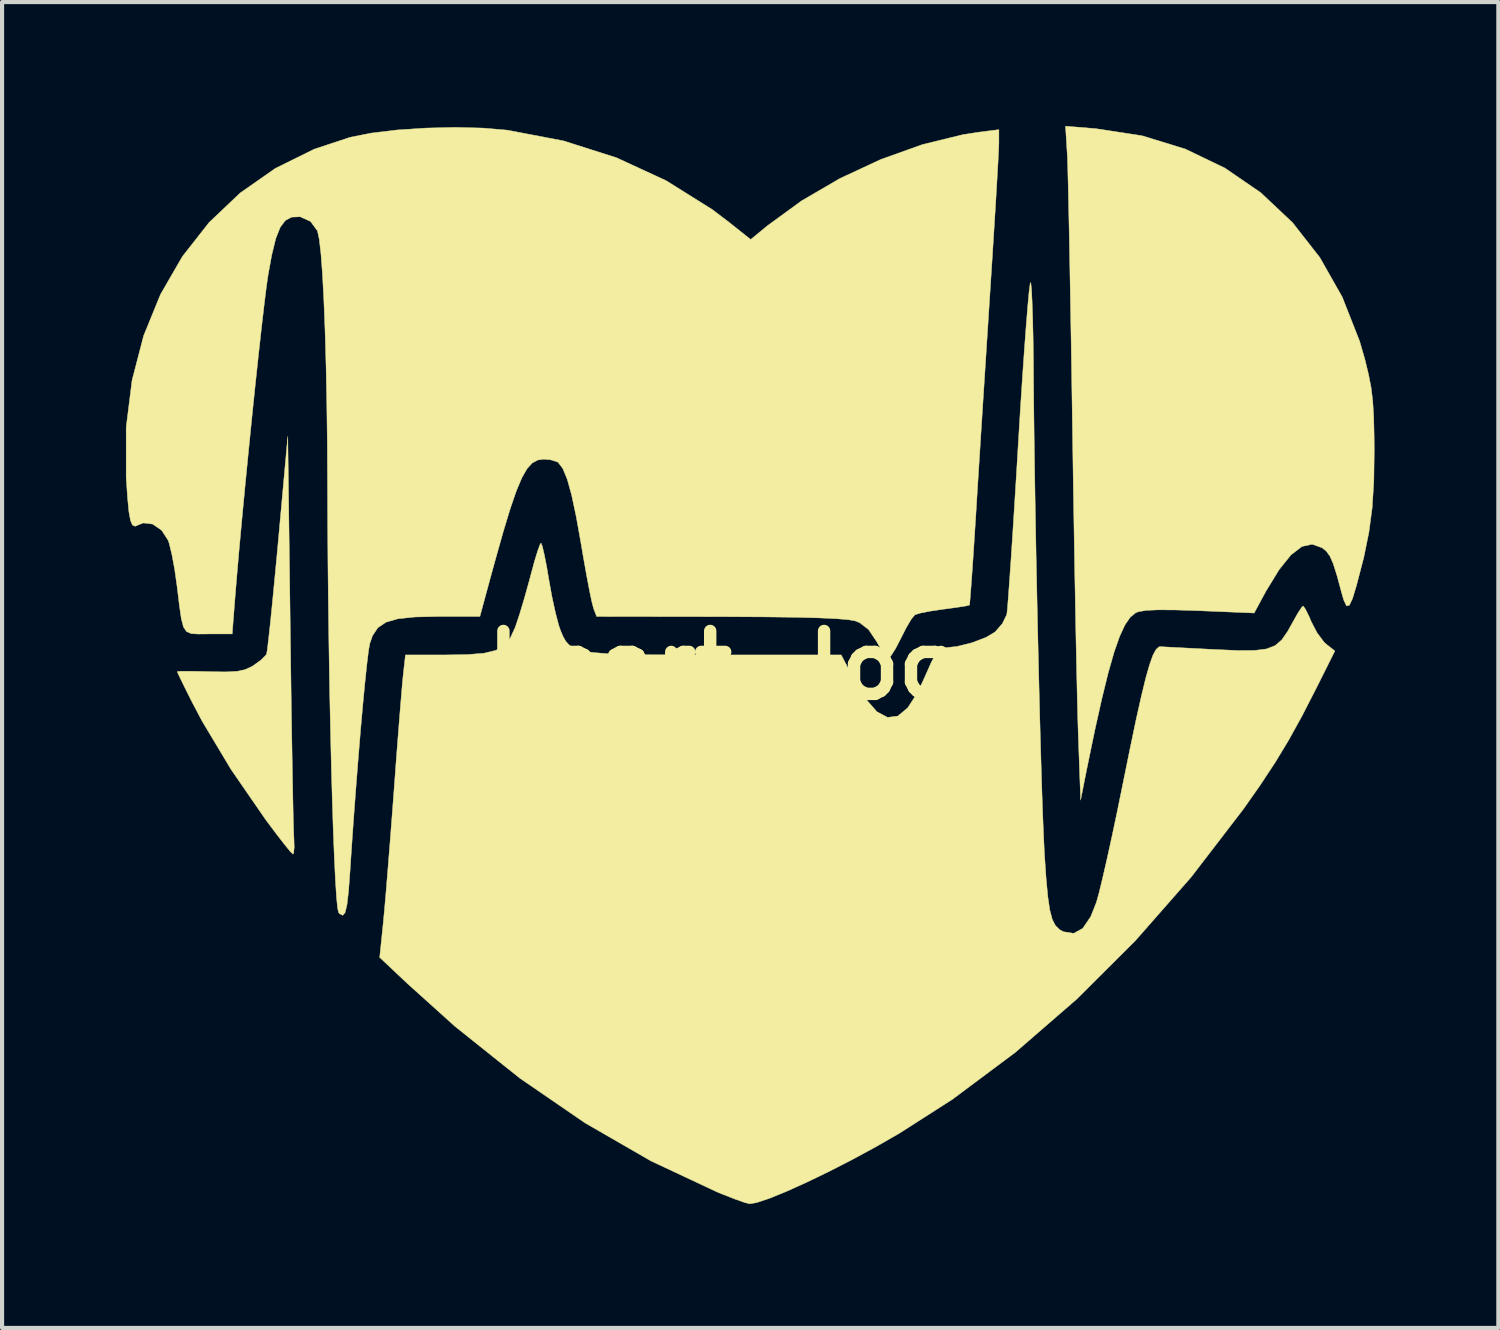
<source format=kicad_pcb>
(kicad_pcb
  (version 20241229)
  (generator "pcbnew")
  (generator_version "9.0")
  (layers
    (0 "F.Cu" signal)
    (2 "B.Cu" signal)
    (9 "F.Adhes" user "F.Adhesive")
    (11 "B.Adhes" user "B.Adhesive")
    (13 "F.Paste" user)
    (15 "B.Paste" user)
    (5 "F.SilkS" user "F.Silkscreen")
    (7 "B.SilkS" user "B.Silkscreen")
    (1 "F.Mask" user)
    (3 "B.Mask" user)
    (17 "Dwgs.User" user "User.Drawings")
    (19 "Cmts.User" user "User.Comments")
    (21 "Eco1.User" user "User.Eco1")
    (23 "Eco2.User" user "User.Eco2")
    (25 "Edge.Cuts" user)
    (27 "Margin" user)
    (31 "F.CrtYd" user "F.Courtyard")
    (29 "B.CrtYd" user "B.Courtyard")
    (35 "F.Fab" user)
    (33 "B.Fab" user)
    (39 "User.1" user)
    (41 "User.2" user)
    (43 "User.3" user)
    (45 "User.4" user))
  (footprint "heart-logo"
    (layer "F.Cu")
    (at 15.127 13.063)
    (property "Reference" "heart-logo" (at 0 0 0) (layer "F.SilkS") (effects (font (size 1.524 1.524) (thickness 0.3))))
    (attr through_hole)
    (fp_poly (pts (xy -11.148 -0.889) (xy -11.137 -0.003) (xy -11.125 0.842) (xy -11.113 1.63) (xy -11.101 2.342) (xy -11.09 2.963) (xy -11.08 3.476) (xy -11.071 3.862) (xy -11.064 4.105) (xy -11.06 4.17) (xy -11.053 4.403) (xy -11.067 4.547) (xy -11.083 4.569) (xy -11.15 4.504) (xy -11.294 4.327) (xy -11.495 4.067) (xy -11.732 3.75) (xy -11.737 3.744) (xy -12.582 2.519) (xy -13.28 1.354) (xy -13.54 0.861) (xy -13.692 0.556) (xy -13.81 0.315) (xy -13.877 0.173) (xy -13.886 0.15) (xy -13.807 0.142) (xy -13.597 0.141) (xy -13.292 0.146) (xy -13.102 0.151) (xy -12.709 0.157) (xy -12.439 0.143) (xy -12.245 0.102) (xy -12.083 0.028) (xy -12.041 0.002) (xy -11.849 -0.137) (xy -11.731 -0.26) (xy -11.721 -0.279) (xy -11.703 -0.388) (xy -11.673 -0.644) (xy -11.631 -1.026) (xy -11.582 -1.511) (xy -11.527 -2.079) (xy -11.467 -2.707) (xy -11.443 -2.967) (xy -11.208 -5.546) (xy -11.148 -0.889)) (stroke (width 0.01) (type solid)) (fill yes) (layer "F.SilkS"))
    (fp_poly (pts (xy 8.363 -12.997) (xy 9.482 -12.825) (xy 10.526 -12.504) (xy 11.486 -12.042) (xy 12.354 -11.446) (xy 13.122 -10.722) (xy 13.782 -9.878) (xy 14.325 -8.921) (xy 14.744 -7.857) (xy 14.874 -7.408) (xy 14.961 -7.05) (xy 15.023 -6.731) (xy 15.063 -6.407) (xy 15.086 -6.031) (xy 15.097 -5.559) (xy 15.1 -5.207) (xy 15.09 -4.462) (xy 15.05 -3.822) (xy 14.971 -3.226) (xy 14.846 -2.613) (xy 14.673 -1.947) (xy 14.574 -1.62) (xy 14.496 -1.454) (xy 14.428 -1.443) (xy 14.362 -1.581) (xy 14.312 -1.752) (xy 14.199 -2.172) (xy 14.108 -2.46) (xy 14.026 -2.647) (xy 13.937 -2.768) (xy 13.836 -2.849) (xy 13.596 -2.935) (xy 13.347 -2.879) (xy 13.082 -2.675) (xy 12.796 -2.318) (xy 12.48 -1.802) (xy 12.425 -1.7) (xy 12.192 -1.269) (xy 10.855 -1.325) (xy 10.288 -1.343) (xy 9.869 -1.346) (xy 9.577 -1.333) (xy 9.391 -1.301) (xy 9.323 -1.275) (xy 9.192 -1.168) (xy 9.064 -0.982) (xy 8.935 -0.704) (xy 8.801 -0.323) (xy 8.659 0.175) (xy 8.505 0.801) (xy 8.334 1.567) (xy 8.144 2.486) (xy 8.099 2.709) (xy 7.99 3.26) (xy 7.932 1.651) (xy 7.921 1.287) (xy 7.908 0.772) (xy 7.894 0.126) (xy 7.878 -0.632) (xy 7.862 -1.483) (xy 7.845 -2.409) (xy 7.829 -3.389) (xy 7.812 -4.406) (xy 7.797 -5.44) (xy 7.791 -5.842) (xy 7.776 -6.845) (xy 7.761 -7.813) (xy 7.745 -8.732) (xy 7.73 -9.583) (xy 7.716 -10.354) (xy 7.702 -11.026) (xy 7.69 -11.585) (xy 7.679 -12.016) (xy 7.67 -12.301) (xy 7.665 -12.392) (xy 7.624 -13.058) (xy 8.363 -12.997)) (stroke (width 0.01) (type solid)) (fill yes) (layer "F.SilkS"))
    (fp_poly (pts (xy 6.783 -9.271) (xy 6.8 -9.113) (xy 6.815 -8.814) (xy 6.829 -8.404) (xy 6.84 -7.911) (xy 6.847 -7.363) (xy 6.848 -7.154) (xy 6.854 -6.416) (xy 6.864 -5.582) (xy 6.877 -4.674) (xy 6.893 -3.71) (xy 6.911 -2.711) (xy 6.932 -1.698) (xy 6.954 -0.691) (xy 6.977 0.291) (xy 7 1.226) (xy 7.024 2.096) (xy 7.047 2.879) (xy 7.07 3.556) (xy 7.092 4.106) (xy 7.111 4.51) (xy 7.113 4.546) (xy 7.153 5.143) (xy 7.195 5.594) (xy 7.243 5.921) (xy 7.303 6.149) (xy 7.381 6.3) (xy 7.482 6.398) (xy 7.572 6.448) (xy 7.821 6.488) (xy 8.04 6.368) (xy 8.234 6.084) (xy 8.371 5.739) (xy 8.434 5.514) (xy 8.522 5.151) (xy 8.631 4.677) (xy 8.753 4.121) (xy 8.882 3.51) (xy 9.011 2.877) (xy 9.186 2.016) (xy 9.334 1.308) (xy 9.461 0.741) (xy 9.568 0.301) (xy 9.661 -0.024) (xy 9.742 -0.249) (xy 9.816 -0.386) (xy 9.885 -0.448) (xy 9.926 -0.455) (xy 10.056 -0.447) (xy 10.321 -0.433) (xy 10.686 -0.414) (xy 11.116 -0.392) (xy 11.275 -0.384) (xy 11.808 -0.361) (xy 12.204 -0.363) (xy 12.49 -0.399) (xy 12.699 -0.48) (xy 12.86 -0.618) (xy 13.003 -0.824) (xy 13.13 -1.053) (xy 13.253 -1.271) (xy 13.347 -1.411) (xy 13.377 -1.439) (xy 13.431 -1.368) (xy 13.521 -1.187) (xy 13.576 -1.057) (xy 13.715 -0.791) (xy 13.879 -0.571) (xy 13.94 -0.513) (xy 14.147 -0.351) (xy 13.71 0.523) (xy 13.356 1.214) (xy 13.031 1.804) (xy 12.701 2.349) (xy 12.334 2.905) (xy 11.931 3.479) (xy 10.667 5.125) (xy 9.317 6.663) (xy 7.894 8.082) (xy 6.411 9.368) (xy 4.881 10.51) (xy 3.598 11.331) (xy 3.043 11.65) (xy 2.468 11.962) (xy 1.898 12.254) (xy 1.356 12.516) (xy 0.867 12.737) (xy 0.455 12.905) (xy 0.145 13.008) (xy -0.023 13.037) (xy -0.145 13.006) (xy -0.379 12.923) (xy -0.683 12.804) (xy -0.804 12.755) (xy -2.413 12) (xy -4.01 11.079) (xy -5.592 9.993) (xy -7.157 8.743) (xy -8.323 7.693) (xy -8.983 7.07) (xy -8.896 6.223) (xy -8.866 5.907) (xy -8.827 5.456) (xy -8.782 4.901) (xy -8.732 4.275) (xy -8.681 3.612) (xy -8.635 3.006) (xy -8.588 2.364) (xy -8.541 1.756) (xy -8.498 1.208) (xy -8.46 0.746) (xy -8.431 0.4) (xy -8.41 0.194) (xy -8.41 0.191) (xy -8.359 -0.254) (xy -7.394 -0.254) (xy -6.854 -0.263) (xy -6.454 -0.296) (xy -6.168 -0.366) (xy -5.967 -0.483) (xy -5.823 -0.659) (xy -5.709 -0.906) (xy -5.694 -0.944) (xy -5.596 -1.238) (xy -5.479 -1.628) (xy -5.363 -2.043) (xy -5.327 -2.18) (xy -5.236 -2.516) (xy -5.155 -2.78) (xy -5.097 -2.936) (xy -5.077 -2.963) (xy -5.045 -2.885) (xy -4.995 -2.674) (xy -4.935 -2.365) (xy -4.887 -2.081) (xy -4.813 -1.669) (xy -4.728 -1.279) (xy -4.646 -0.968) (xy -4.603 -0.843) (xy -4.542 -0.699) (xy -4.474 -0.58) (xy -4.384 -0.484) (xy -4.254 -0.409) (xy -4.07 -0.353) (xy -3.814 -0.312) (xy -3.47 -0.284) (xy -3.023 -0.267) (xy -2.456 -0.258) (xy -1.752 -0.255) (xy -0.897 -0.254) (xy -0.854 -0.254) (xy 2.192 -0.254) (xy 2.505 0.342) (xy 2.79 0.816) (xy 3.058 1.122) (xy 3.315 1.258) (xy 3.562 1.227) (xy 3.804 1.026) (xy 4.043 0.656) (xy 4.224 0.263) (xy 4.384 -0.098) (xy 4.511 -0.316) (xy 4.617 -0.413) (xy 4.663 -0.423) (xy 4.995 -0.459) (xy 5.364 -0.551) (xy 5.699 -0.679) (xy 5.918 -0.81) (xy 6.094 -1.011) (xy 6.2 -1.229) (xy 6.204 -1.247) (xy 6.218 -1.377) (xy 6.24 -1.659) (xy 6.27 -2.074) (xy 6.307 -2.605) (xy 6.348 -3.234) (xy 6.393 -3.944) (xy 6.441 -4.717) (xy 6.488 -5.503) (xy 6.537 -6.299) (xy 6.585 -7.033) (xy 6.631 -7.688) (xy 6.673 -8.251) (xy 6.71 -8.706) (xy 6.741 -9.039) (xy 6.766 -9.233) (xy 6.782 -9.274) (xy 6.783 -9.271)) (stroke (width 0.01) (type solid)) (fill yes) (layer "F.SilkS"))
    (fp_poly (pts (xy -6.478 -13.012) (xy -5.889 -12.961) (xy -5.884 -12.96) (xy -4.53 -12.702) (xy -3.249 -12.294) (xy -2.049 -11.74) (xy -0.935 -11.043) (xy -0.535 -10.74) (xy 0.001 -10.314) (xy 0.403 -10.645) (xy 1.234 -11.251) (xy 2.164 -11.793) (xy 3.153 -12.253) (xy 4.156 -12.612) (xy 5.134 -12.852) (xy 5.525 -12.913) (xy 6.011 -12.974) (xy 6.011 -12.646) (xy 6.005 -12.489) (xy 5.99 -12.183) (xy 5.965 -11.751) (xy 5.934 -11.213) (xy 5.895 -10.59) (xy 5.852 -9.903) (xy 5.805 -9.174) (xy 5.803 -9.144) (xy 5.749 -8.301) (xy 5.691 -7.402) (xy 5.632 -6.487) (xy 5.575 -5.597) (xy 5.523 -4.772) (xy 5.478 -4.054) (xy 5.458 -3.725) (xy 5.42 -3.128) (xy 5.385 -2.589) (xy 5.353 -2.13) (xy 5.327 -1.774) (xy 5.308 -1.543) (xy 5.298 -1.46) (xy 5.21 -1.439) (xy 4.997 -1.406) (xy 4.705 -1.366) (xy 4.676 -1.363) (xy 4.365 -1.317) (xy 4.115 -1.269) (xy 3.979 -1.228) (xy 3.977 -1.226) (xy 3.891 -1.122) (xy 3.766 -0.911) (xy 3.641 -0.663) (xy 3.51 -0.41) (xy 3.398 -0.234) (xy 3.331 -0.175) (xy 3.254 -0.251) (xy 3.133 -0.433) (xy 3.048 -0.581) (xy 2.856 -0.868) (xy 2.64 -1.034) (xy 2.54 -1.075) (xy 2.377 -1.106) (xy 2.084 -1.131) (xy 1.652 -1.151) (xy 1.076 -1.166) (xy 0.346 -1.175) (xy -0.544 -1.18) (xy -0.743 -1.181) (xy -3.73 -1.185) (xy -3.805 -1.383) (xy -3.844 -1.533) (xy -3.904 -1.816) (xy -3.976 -2.198) (xy -4.056 -2.647) (xy -4.101 -2.916) (xy -4.223 -3.598) (xy -4.335 -4.124) (xy -4.442 -4.51) (xy -4.549 -4.768) (xy -4.659 -4.912) (xy -4.681 -4.928) (xy -4.84 -4.978) (xy -5.01 -4.994) (xy -5.156 -4.974) (xy -5.288 -4.903) (xy -5.414 -4.765) (xy -5.54 -4.544) (xy -5.674 -4.226) (xy -5.822 -3.795) (xy -5.992 -3.235) (xy -6.19 -2.532) (xy -6.275 -2.223) (xy -6.557 -1.185) (xy -7.575 -1.185) (xy -8.128 -1.173) (xy -8.539 -1.13) (xy -8.83 -1.047) (xy -9.028 -0.913) (xy -9.157 -0.719) (xy -9.224 -0.526) (xy -9.254 -0.352) (xy -9.293 -0.032) (xy -9.34 0.415) (xy -9.393 0.966) (xy -9.449 1.6) (xy -9.506 2.296) (xy -9.564 3.032) (xy -9.62 3.786) (xy -9.672 4.538) (xy -9.702 4.995) (xy -9.737 5.472) (xy -9.775 5.795) (xy -9.82 5.983) (xy -9.876 6.051) (xy -9.949 6.016) (xy -9.977 5.985) (xy -10.003 5.872) (xy -10.029 5.605) (xy -10.055 5.196) (xy -10.081 4.661) (xy -10.107 4.013) (xy -10.131 3.267) (xy -10.154 2.438) (xy -10.175 1.539) (xy -10.195 0.584) (xy -10.211 -0.411) (xy -10.225 -1.434) (xy -10.236 -2.469) (xy -10.243 -3.502) (xy -10.246 -4.318) (xy -10.251 -5.364) (xy -10.264 -6.354) (xy -10.282 -7.273) (xy -10.306 -8.107) (xy -10.335 -8.844) (xy -10.368 -9.467) (xy -10.405 -9.964) (xy -10.446 -10.319) (xy -10.489 -10.52) (xy -10.49 -10.522) (xy -10.657 -10.751) (xy -10.907 -10.864) (xy -11.115 -10.856) (xy -11.266 -10.776) (xy -11.391 -10.61) (xy -11.499 -10.337) (xy -11.598 -9.934) (xy -11.687 -9.443) (xy -11.729 -9.149) (xy -11.783 -8.711) (xy -11.848 -8.151) (xy -11.921 -7.494) (xy -11.999 -6.763) (xy -12.08 -5.981) (xy -12.161 -5.173) (xy -12.241 -4.362) (xy -12.316 -3.572) (xy -12.385 -2.826) (xy -12.444 -2.148) (xy -12.492 -1.562) (xy -12.497 -1.503) (xy -12.554 -0.762) (xy -13.133 -0.762) (xy -13.375 -0.76) (xy -13.545 -0.77) (xy -13.659 -0.819) (xy -13.735 -0.931) (xy -13.787 -1.132) (xy -13.833 -1.448) (xy -13.888 -1.903) (xy -13.894 -1.947) (xy -13.949 -2.334) (xy -14.015 -2.687) (xy -14.079 -2.951) (xy -14.104 -3.027) (xy -14.264 -3.273) (xy -14.48 -3.422) (xy -14.707 -3.45) (xy -14.814 -3.408) (xy -14.902 -3.37) (xy -14.968 -3.396) (xy -15.017 -3.507) (xy -15.056 -3.724) (xy -15.089 -4.068) (xy -15.122 -4.56) (xy -15.122 -4.572) (xy -15.122 -5.765) (xy -14.979 -6.906) (xy -14.699 -7.983) (xy -14.29 -8.986) (xy -13.759 -9.904) (xy -13.114 -10.726) (xy -12.362 -11.44) (xy -11.51 -12.036) (xy -10.565 -12.503) (xy -9.694 -12.79) (xy -9.184 -12.891) (xy -8.557 -12.966) (xy -7.863 -13.012) (xy -7.153 -13.029) (xy -6.478 -13.012)) (stroke (width 0.01) (type solid)) (fill yes) (layer "F.SilkS")))
  (gr_rect
    (start -3 -3)
    (end 33.232 29.105)
    (stroke (width 0.1) (type default))
    (fill no)
    (layer "Edge.Cuts")))
</source>
